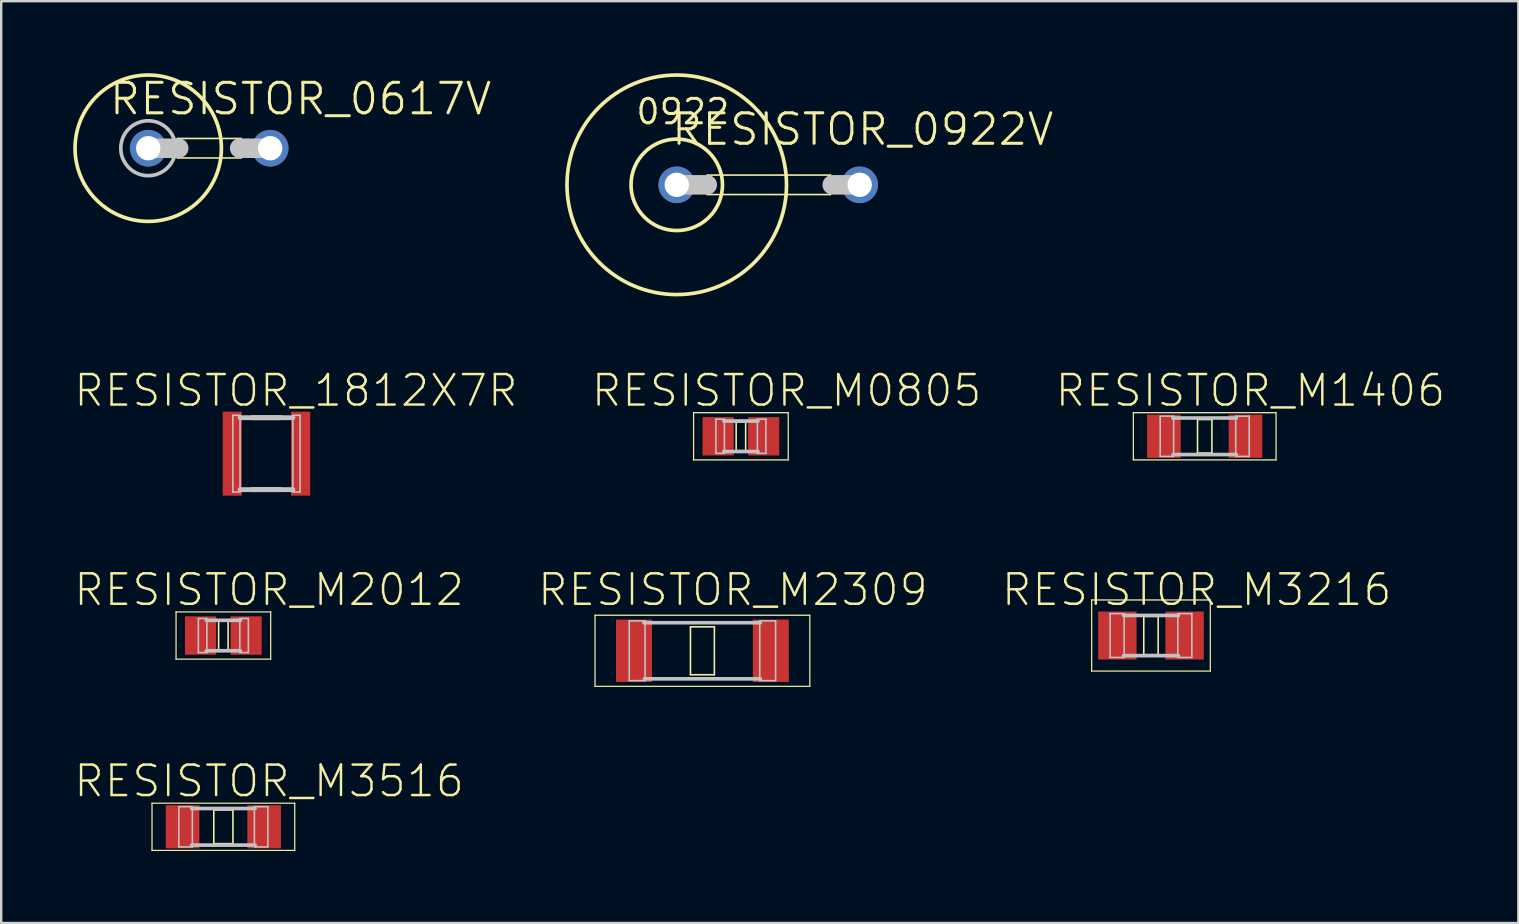
<source format=kicad_pcb>
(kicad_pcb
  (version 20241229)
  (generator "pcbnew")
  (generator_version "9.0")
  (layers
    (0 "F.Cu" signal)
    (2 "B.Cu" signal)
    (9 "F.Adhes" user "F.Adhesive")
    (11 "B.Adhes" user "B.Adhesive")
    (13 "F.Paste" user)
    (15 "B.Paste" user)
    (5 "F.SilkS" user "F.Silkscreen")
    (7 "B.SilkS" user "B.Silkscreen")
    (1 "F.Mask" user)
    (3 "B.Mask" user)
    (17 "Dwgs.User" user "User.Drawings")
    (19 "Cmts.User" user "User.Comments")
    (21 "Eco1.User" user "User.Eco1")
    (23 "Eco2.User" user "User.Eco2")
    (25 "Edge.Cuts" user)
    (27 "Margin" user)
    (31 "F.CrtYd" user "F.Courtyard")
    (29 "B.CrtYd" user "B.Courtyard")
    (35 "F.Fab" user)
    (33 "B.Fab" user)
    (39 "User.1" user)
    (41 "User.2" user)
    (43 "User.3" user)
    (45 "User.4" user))
  (footprint "RESISTOR_M3216"
    (layer "F.Cu")
    (at 44.892 23.422)
    (property "Reference" "RESISTOR_M3216" (at 1.905 -1.905 0) (layer "F.SilkS") (effects (font (size 1.27 1.27) (thickness 0.102))))
    (attr smd)
    (fp_line (start -2.471 -1.481) (end 2.471 -1.481) (stroke (width 0.051) (type solid)) (layer "F.SilkS"))
    (fp_line (start -2.471 1.481) (end -2.471 -1.481) (stroke (width 0.051) (type solid)) (layer "F.SilkS"))
    (fp_line (start -0.3 -0.8) (end 0.3 -0.8) (stroke (width 0.066) (type solid)) (layer "F.SilkS"))
    (fp_line (start -0.3 0.8) (end -0.3 -0.8) (stroke (width 0.066) (type solid)) (layer "F.SilkS"))
    (fp_line (start -0.3 0.8) (end 0.3 0.8) (stroke (width 0.066) (type solid)) (layer "F.SilkS"))
    (fp_line (start 0.3 0.8) (end 0.3 -0.8) (stroke (width 0.066) (type solid)) (layer "F.SilkS"))
    (fp_line (start 2.471 -1.481) (end 2.471 1.481) (stroke (width 0.051) (type solid)) (layer "F.SilkS"))
    (fp_line (start 2.471 1.481) (end -2.471 1.481) (stroke (width 0.051) (type solid)) (layer "F.SilkS"))
    (fp_line (start -1.702 -0.914) (end -1.118 -0.914) (stroke (width 0.066) (type solid)) (layer "Dwgs.User"))
    (fp_line (start -1.702 0.914) (end -1.702 -0.914) (stroke (width 0.066) (type solid)) (layer "Dwgs.User"))
    (fp_line (start -1.702 0.914) (end -1.118 0.914) (stroke (width 0.066) (type solid)) (layer "Dwgs.User"))
    (fp_line (start -1.118 0.914) (end -1.118 -0.914) (stroke (width 0.066) (type solid)) (layer "Dwgs.User"))
    (fp_line (start 1.118 -0.914) (end 1.702 -0.914) (stroke (width 0.066) (type solid)) (layer "Dwgs.User"))
    (fp_line (start 1.118 0.914) (end 1.118 -0.914) (stroke (width 0.066) (type solid)) (layer "Dwgs.User"))
    (fp_line (start 1.118 0.914) (end 1.702 0.914) (stroke (width 0.066) (type solid)) (layer "Dwgs.User"))
    (fp_line (start 1.143 -0.838) (end -1.143 -0.838) (stroke (width 0.152) (type solid)) (layer "Dwgs.User"))
    (fp_line (start 1.143 0.838) (end -1.143 0.838) (stroke (width 0.152) (type solid)) (layer "Dwgs.User"))
    (fp_line (start 1.702 0.914) (end 1.702 -0.914) (stroke (width 0.066) (type solid)) (layer "Dwgs.User"))
    (pad "1" smd rect (at -1.4 0) (size 1.598 1.999) (layers "F.Cu" "F.Mask" "F.Paste"))
    (pad "2" smd rect (at 1.4 0) (size 1.598 1.999) (layers "F.Cu" "F.Mask" "F.Paste")))
  (footprint "RESISTOR_M2012"
    (layer "F.Cu")
    (at 6.254 23.422)
    (property "Reference" "RESISTOR_M2012" (at 1.905 -1.905 0) (layer "F.SilkS") (effects (font (size 1.27 1.27) (thickness 0.102))))
    (attr smd)
    (fp_line (start -1.971 -0.983) (end 1.971 -0.983) (stroke (width 0.051) (type solid)) (layer "F.SilkS"))
    (fp_line (start -1.971 0.983) (end -1.971 -0.983) (stroke (width 0.051) (type solid)) (layer "F.SilkS"))
    (fp_line (start -0.198 -0.599) (end 0.198 -0.599) (stroke (width 0.066) (type solid)) (layer "F.SilkS"))
    (fp_line (start -0.198 0.599) (end -0.198 -0.599) (stroke (width 0.066) (type solid)) (layer "F.SilkS"))
    (fp_line (start -0.198 0.599) (end 0.198 0.599) (stroke (width 0.066) (type solid)) (layer "F.SilkS"))
    (fp_line (start 0.198 0.599) (end 0.198 -0.599) (stroke (width 0.066) (type solid)) (layer "F.SilkS"))
    (fp_line (start 1.971 -0.983) (end 1.971 0.983) (stroke (width 0.051) (type solid)) (layer "F.SilkS"))
    (fp_line (start 1.971 0.983) (end -1.971 0.983) (stroke (width 0.051) (type solid)) (layer "F.SilkS"))
    (fp_line (start -1.041 -0.711) (end -0.686 -0.711) (stroke (width 0.066) (type solid)) (layer "Dwgs.User"))
    (fp_line (start -1.041 0.711) (end -1.041 -0.711) (stroke (width 0.066) (type solid)) (layer "Dwgs.User"))
    (fp_line (start -1.041 0.711) (end -0.686 0.711) (stroke (width 0.066) (type solid)) (layer "Dwgs.User"))
    (fp_line (start -0.686 0.711) (end -0.686 -0.711) (stroke (width 0.066) (type solid)) (layer "Dwgs.User"))
    (fp_line (start 0.686 -0.711) (end 1.041 -0.711) (stroke (width 0.066) (type solid)) (layer "Dwgs.User"))
    (fp_line (start 0.686 0.711) (end 0.686 -0.711) (stroke (width 0.066) (type solid)) (layer "Dwgs.User"))
    (fp_line (start 0.686 0.711) (end 1.041 0.711) (stroke (width 0.066) (type solid)) (layer "Dwgs.User"))
    (fp_line (start 0.711 -0.635) (end -0.711 -0.635) (stroke (width 0.152) (type solid)) (layer "Dwgs.User"))
    (fp_line (start 0.711 0.635) (end -0.711 0.635) (stroke (width 0.152) (type solid)) (layer "Dwgs.User"))
    (fp_line (start 1.041 0.711) (end 1.041 -0.711) (stroke (width 0.066) (type solid)) (layer "Dwgs.User"))
    (pad "1" smd rect (at -0.95 0) (size 1.298 1.598) (layers "F.Cu" "F.Mask" "F.Paste"))
    (pad "2" smd rect (at 0.947 0) (size 1.298 1.598) (layers "F.Cu" "F.Mask" "F.Paste")))
  (footprint "RESISTOR_0617V"
    (layer "F.Cu")
    (at 5.664 3.124)
    (property "Reference" "RESISTOR_0617V" (at 3.81 -2.057 0) (layer "F.SilkS") (effects (font (size 1.27 1.27) (thickness 0.127))))
    (attr exclude_from_pos_files exclude_from_bom)
    (fp_line (start -1.321 -0.406) (end 1.321 -0.406) (stroke (width 0.066) (type solid)) (layer "F.SilkS"))
    (fp_line (start -1.321 0.406) (end -1.321 -0.406) (stroke (width 0.066) (type solid)) (layer "F.SilkS"))
    (fp_line (start -1.321 0.406) (end 1.321 0.406) (stroke (width 0.066) (type solid)) (layer "F.SilkS"))
    (fp_line (start 1.321 0.406) (end 1.321 -0.406) (stroke (width 0.066) (type solid)) (layer "F.SilkS"))
    (fp_circle (center -2.54 0) (end -2.54 -3.048) (stroke (width 0.152) (type solid)) (fill no) (layer "F.SilkS"))
    (fp_line (start -2.54 0) (end -1.27 0) (stroke (width 0.813) (type solid)) (layer "Dwgs.User"))
    (fp_line (start 1.27 0) (end 2.54 0) (stroke (width 0.813) (type solid)) (layer "Dwgs.User"))
    (fp_circle (center -2.54 0) (end -2.54 -1.143) (stroke (width 0.152) (type solid)) (fill no) (layer "Dwgs.User"))
    (pad "1" thru_hole circle (at -2.54 0) (size 1.524 1.524) (drill 1.016) (layers "*.Cu" "*.Paste" "*.Mask"))
    (pad "2" thru_hole circle (at 2.54 0) (size 1.524 1.524) (drill 1.016) (layers "*.Cu" "*.Paste" "*.Mask")))
  (footprint "RESISTOR_0922V"
    (layer "F.Cu")
    (at 30.219 4.648)
    (property "Reference" "RESISTOR_0922V" (at 2.667 -2.311 0) (layer "F.SilkS") (effects (font (size 1.27 1.27) (thickness 0.127))))
    (attr exclude_from_pos_files exclude_from_bom)
    (fp_line (start -3.81 -0.406) (end 1.321 -0.406) (stroke (width 0.066) (type solid)) (layer "F.SilkS"))
    (fp_line (start -3.81 0.406) (end -3.81 -0.406) (stroke (width 0.066) (type solid)) (layer "F.SilkS"))
    (fp_line (start -3.81 0.406) (end 1.321 0.406) (stroke (width 0.066) (type solid)) (layer "F.SilkS"))
    (fp_line (start 1.321 0.406) (end 1.321 -0.406) (stroke (width 0.066) (type solid)) (layer "F.SilkS"))
    (fp_circle (center -5.08 0) (end -5.08 -4.572) (stroke (width 0.152) (type solid)) (fill no) (layer "F.SilkS"))
    (fp_circle (center -5.08 0) (end -5.08 -1.905) (stroke (width 0.152) (type solid)) (fill no) (layer "F.SilkS"))
    (fp_line (start -5.08 0) (end -3.81 0) (stroke (width 0.813) (type solid)) (layer "Dwgs.User"))
    (fp_line (start 2.54 0) (end 1.397 0) (stroke (width 0.813) (type solid)) (layer "Dwgs.User"))
    (fp_text user "0922" (at -4.826 -3.048 0) (layer "F.SilkS") (effects (font (size 1.016 1.016) (thickness 0.127))))
    (pad "1" thru_hole circle (at -5.08 0) (size 1.524 1.524) (drill 1.016) (layers "*.Cu" "*.Paste" "*.Mask"))
    (pad "2" thru_hole circle (at 2.54 0) (size 1.524 1.524) (drill 1.016) (layers "*.Cu" "*.Paste" "*.Mask")))
  (footprint "RESISTOR_M2309"
    (layer "F.Cu")
    (at 26.208 24.057)
    (property "Reference" "RESISTOR_M2309" (at 1.27 -2.54 0) (layer "F.SilkS") (effects (font (size 1.27 1.27) (thickness 0.102))))
    (attr smd)
    (fp_line (start -4.473 -1.481) (end 4.473 -1.481) (stroke (width 0.051) (type solid)) (layer "F.SilkS"))
    (fp_line (start -4.473 1.481) (end -4.473 -1.481) (stroke (width 0.051) (type solid)) (layer "F.SilkS"))
    (fp_line (start -0.498 -0.998) (end 0.498 -0.998) (stroke (width 0.066) (type solid)) (layer "F.SilkS"))
    (fp_line (start -0.498 0.998) (end -0.498 -0.998) (stroke (width 0.066) (type solid)) (layer "F.SilkS"))
    (fp_line (start -0.498 0.998) (end 0.498 0.998) (stroke (width 0.066) (type solid)) (layer "F.SilkS"))
    (fp_line (start 0.498 0.998) (end 0.498 -0.998) (stroke (width 0.066) (type solid)) (layer "F.SilkS"))
    (fp_line (start 4.473 -1.481) (end 4.473 1.481) (stroke (width 0.051) (type solid)) (layer "F.SilkS"))
    (fp_line (start 4.473 1.481) (end -4.473 1.481) (stroke (width 0.051) (type solid)) (layer "F.SilkS"))
    (fp_line (start -3.048 -1.245) (end -2.388 -1.245) (stroke (width 0.066) (type solid)) (layer "Dwgs.User"))
    (fp_line (start -3.048 1.245) (end -3.048 -1.245) (stroke (width 0.066) (type solid)) (layer "Dwgs.User"))
    (fp_line (start -3.048 1.245) (end -2.388 1.245) (stroke (width 0.066) (type solid)) (layer "Dwgs.User"))
    (fp_line (start -2.388 1.245) (end -2.388 -1.245) (stroke (width 0.066) (type solid)) (layer "Dwgs.User"))
    (fp_line (start 2.388 -1.245) (end 3.048 -1.245) (stroke (width 0.066) (type solid)) (layer "Dwgs.User"))
    (fp_line (start 2.388 1.245) (end 2.388 -1.245) (stroke (width 0.066) (type solid)) (layer "Dwgs.User"))
    (fp_line (start 2.388 1.245) (end 3.048 1.245) (stroke (width 0.066) (type solid)) (layer "Dwgs.User"))
    (fp_line (start 2.413 -1.168) (end -2.438 -1.168) (stroke (width 0.152) (type solid)) (layer "Dwgs.User"))
    (fp_line (start 2.413 1.168) (end -2.413 1.168) (stroke (width 0.152) (type solid)) (layer "Dwgs.User"))
    (fp_line (start 3.048 1.245) (end 3.048 -1.245) (stroke (width 0.066) (type solid)) (layer "Dwgs.User"))
    (pad "1" smd rect (at -2.85 0) (size 1.499 2.598) (layers "F.Cu" "F.Mask" "F.Paste"))
    (pad "2" smd rect (at 2.85 0) (size 1.499 2.598) (layers "F.Cu" "F.Mask" "F.Paste")))
  (footprint "RESISTOR_M3516"
    (layer "F.Cu")
    (at 6.254 31.389)
    (property "Reference" "RESISTOR_M3516" (at 1.905 -1.905 0) (layer "F.SilkS") (effects (font (size 1.27 1.27) (thickness 0.102))))
    (attr smd)
    (fp_line (start -2.972 -0.983) (end 2.972 -0.983) (stroke (width 0.051) (type solid)) (layer "F.SilkS"))
    (fp_line (start -2.972 0.983) (end -2.972 -0.983) (stroke (width 0.051) (type solid)) (layer "F.SilkS"))
    (fp_line (start -0.399 -0.699) (end 0.399 -0.699) (stroke (width 0.066) (type solid)) (layer "F.SilkS"))
    (fp_line (start -0.399 0.699) (end -0.399 -0.699) (stroke (width 0.066) (type solid)) (layer "F.SilkS"))
    (fp_line (start -0.399 0.699) (end 0.399 0.699) (stroke (width 0.066) (type solid)) (layer "F.SilkS"))
    (fp_line (start 0.399 0.699) (end 0.399 -0.699) (stroke (width 0.066) (type solid)) (layer "F.SilkS"))
    (fp_line (start 2.972 -0.983) (end 2.972 0.983) (stroke (width 0.051) (type solid)) (layer "F.SilkS"))
    (fp_line (start 2.972 0.983) (end -2.972 0.983) (stroke (width 0.051) (type solid)) (layer "F.SilkS"))
    (fp_line (start -1.854 -0.838) (end -1.293 -0.838) (stroke (width 0.066) (type solid)) (layer "Dwgs.User"))
    (fp_line (start -1.854 0.838) (end -1.854 -0.838) (stroke (width 0.066) (type solid)) (layer "Dwgs.User"))
    (fp_line (start -1.854 0.838) (end -1.293 0.838) (stroke (width 0.066) (type solid)) (layer "Dwgs.User"))
    (fp_line (start -1.293 0.838) (end -1.293 -0.838) (stroke (width 0.066) (type solid)) (layer "Dwgs.User"))
    (fp_line (start 1.293 -0.838) (end 1.854 -0.838) (stroke (width 0.066) (type solid)) (layer "Dwgs.User"))
    (fp_line (start 1.293 0.838) (end 1.293 -0.838) (stroke (width 0.066) (type solid)) (layer "Dwgs.User"))
    (fp_line (start 1.293 0.838) (end 1.854 0.838) (stroke (width 0.066) (type solid)) (layer "Dwgs.User"))
    (fp_line (start 1.321 -0.762) (end -1.321 -0.762) (stroke (width 0.152) (type solid)) (layer "Dwgs.User"))
    (fp_line (start 1.321 0.762) (end -1.321 0.762) (stroke (width 0.152) (type solid)) (layer "Dwgs.User"))
    (fp_line (start 1.854 0.838) (end 1.854 -0.838) (stroke (width 0.066) (type solid)) (layer "Dwgs.User"))
    (pad "1" smd rect (at -1.699 0) (size 1.4 1.798) (layers "F.Cu" "F.Mask" "F.Paste"))
    (pad "2" smd rect (at 1.699 0) (size 1.4 1.798) (layers "F.Cu" "F.Mask" "F.Paste")))
  (footprint "RESISTOR_M1406"
    (layer "F.Cu")
    (at 47.13 15.123)
    (property "Reference" "RESISTOR_M1406" (at 1.905 -1.905 0) (layer "F.SilkS") (effects (font (size 1.27 1.27) (thickness 0.102))))
    (attr smd)
    (fp_line (start -2.972 -0.983) (end 2.972 -0.983) (stroke (width 0.051) (type solid)) (layer "F.SilkS"))
    (fp_line (start -2.972 0.983) (end -2.972 -0.983) (stroke (width 0.051) (type solid)) (layer "F.SilkS"))
    (fp_line (start -0.3 -0.699) (end 0.3 -0.699) (stroke (width 0.066) (type solid)) (layer "F.SilkS"))
    (fp_line (start -0.3 0.699) (end -0.3 -0.699) (stroke (width 0.066) (type solid)) (layer "F.SilkS"))
    (fp_line (start -0.3 0.699) (end 0.3 0.699) (stroke (width 0.066) (type solid)) (layer "F.SilkS"))
    (fp_line (start 0.3 0.699) (end 0.3 -0.699) (stroke (width 0.066) (type solid)) (layer "F.SilkS"))
    (fp_line (start 2.972 -0.983) (end 2.972 0.983) (stroke (width 0.051) (type solid)) (layer "F.SilkS"))
    (fp_line (start 2.972 0.983) (end -2.972 0.983) (stroke (width 0.051) (type solid)) (layer "F.SilkS"))
    (fp_line (start -1.854 -0.838) (end -1.293 -0.838) (stroke (width 0.066) (type solid)) (layer "Dwgs.User"))
    (fp_line (start -1.854 0.838) (end -1.854 -0.838) (stroke (width 0.066) (type solid)) (layer "Dwgs.User"))
    (fp_line (start -1.854 0.838) (end -1.293 0.838) (stroke (width 0.066) (type solid)) (layer "Dwgs.User"))
    (fp_line (start -1.293 0.838) (end -1.293 -0.838) (stroke (width 0.066) (type solid)) (layer "Dwgs.User"))
    (fp_line (start 1.293 -0.838) (end 1.854 -0.838) (stroke (width 0.066) (type solid)) (layer "Dwgs.User"))
    (fp_line (start 1.293 0.838) (end 1.293 -0.838) (stroke (width 0.066) (type solid)) (layer "Dwgs.User"))
    (fp_line (start 1.293 0.838) (end 1.854 0.838) (stroke (width 0.066) (type solid)) (layer "Dwgs.User"))
    (fp_line (start 1.321 -0.762) (end -1.321 -0.762) (stroke (width 0.152) (type solid)) (layer "Dwgs.User"))
    (fp_line (start 1.321 0.762) (end -1.321 0.762) (stroke (width 0.152) (type solid)) (layer "Dwgs.User"))
    (fp_line (start 1.854 0.838) (end 1.854 -0.838) (stroke (width 0.066) (type solid)) (layer "Dwgs.User"))
    (pad "1" smd rect (at -1.699 0) (size 1.4 1.798) (layers "F.Cu" "F.Mask" "F.Paste"))
    (pad "2" smd rect (at 1.699 0) (size 1.4 1.798) (layers "F.Cu" "F.Mask" "F.Paste")))
  (footprint "RESISTOR_1812X7R"
    (layer "F.Cu")
    (at 8.049 15.847)
    (property "Reference" "RESISTOR_1812X7R" (at 1.229 -2.629 0) (layer "F.SilkS") (effects (font (size 1.27 1.27) (thickness 0.102))))
    (attr smd)
    (fp_line (start -0.599 -1.499) (end 0.599 -1.499) (stroke (width 0.203) (type solid)) (layer "F.SilkS"))
    (fp_line (start 0.599 1.499) (end -0.599 1.499) (stroke (width 0.203) (type solid)) (layer "F.SilkS"))
    (fp_line (start -1.4 -1.598) (end -1.1 -1.598) (stroke (width 0.066) (type solid)) (layer "Dwgs.User"))
    (fp_line (start -1.4 1.598) (end -1.4 -1.598) (stroke (width 0.066) (type solid)) (layer "Dwgs.User"))
    (fp_line (start -1.4 1.598) (end -1.1 1.598) (stroke (width 0.066) (type solid)) (layer "Dwgs.User"))
    (fp_line (start -1.1 -1.499) (end 1.1 -1.499) (stroke (width 0.203) (type solid)) (layer "Dwgs.User"))
    (fp_line (start -1.1 1.598) (end -1.1 -1.598) (stroke (width 0.066) (type solid)) (layer "Dwgs.User"))
    (fp_line (start 1.1 -1.598) (end 1.4 -1.598) (stroke (width 0.066) (type solid)) (layer "Dwgs.User"))
    (fp_line (start 1.1 1.499) (end -1.1 1.499) (stroke (width 0.203) (type solid)) (layer "Dwgs.User"))
    (fp_line (start 1.1 1.598) (end 1.1 -1.598) (stroke (width 0.066) (type solid)) (layer "Dwgs.User"))
    (fp_line (start 1.1 1.598) (end 1.4 1.598) (stroke (width 0.066) (type solid)) (layer "Dwgs.User"))
    (fp_line (start 1.4 1.598) (end 1.4 -1.598) (stroke (width 0.066) (type solid)) (layer "Dwgs.User"))
    (pad "1" smd rect (at -1.425 0) (size 0.798 3.498) (layers "F.Cu" "F.Mask" "F.Paste"))
    (pad "2" smd rect (at 1.422 0 180) (size 0.798 3.498) (layers "F.Cu" "F.Mask" "F.Paste")))
  (footprint "RESISTOR_M0805"
    (layer "F.Cu")
    (at 27.811 15.123)
    (property "Reference" "RESISTOR_M0805" (at 1.905 -1.905 0) (layer "F.SilkS") (effects (font (size 1.27 1.27) (thickness 0.102))))
    (attr smd)
    (fp_line (start -1.971 -0.983) (end 1.971 -0.983) (stroke (width 0.051) (type solid)) (layer "F.SilkS"))
    (fp_line (start -1.971 0.983) (end -1.971 -0.983) (stroke (width 0.051) (type solid)) (layer "F.SilkS"))
    (fp_line (start -0.198 -0.599) (end 0.198 -0.599) (stroke (width 0.066) (type solid)) (layer "F.SilkS"))
    (fp_line (start -0.198 0.599) (end -0.198 -0.599) (stroke (width 0.066) (type solid)) (layer "F.SilkS"))
    (fp_line (start -0.198 0.599) (end 0.198 0.599) (stroke (width 0.066) (type solid)) (layer "F.SilkS"))
    (fp_line (start 0.198 0.599) (end 0.198 -0.599) (stroke (width 0.066) (type solid)) (layer "F.SilkS"))
    (fp_line (start 1.971 -0.983) (end 1.971 0.983) (stroke (width 0.051) (type solid)) (layer "F.SilkS"))
    (fp_line (start 1.971 0.983) (end -1.971 0.983) (stroke (width 0.051) (type solid)) (layer "F.SilkS"))
    (fp_line (start -1.041 -0.711) (end -0.686 -0.711) (stroke (width 0.066) (type solid)) (layer "Dwgs.User"))
    (fp_line (start -1.041 0.711) (end -1.041 -0.711) (stroke (width 0.066) (type solid)) (layer "Dwgs.User"))
    (fp_line (start -1.041 0.711) (end -0.686 0.711) (stroke (width 0.066) (type solid)) (layer "Dwgs.User"))
    (fp_line (start -0.686 0.711) (end -0.686 -0.711) (stroke (width 0.066) (type solid)) (layer "Dwgs.User"))
    (fp_line (start 0.686 -0.711) (end 1.041 -0.711) (stroke (width 0.066) (type solid)) (layer "Dwgs.User"))
    (fp_line (start 0.686 0.711) (end 0.686 -0.711) (stroke (width 0.066) (type solid)) (layer "Dwgs.User"))
    (fp_line (start 0.686 0.711) (end 1.041 0.711) (stroke (width 0.066) (type solid)) (layer "Dwgs.User"))
    (fp_line (start 0.711 -0.635) (end -0.711 -0.635) (stroke (width 0.152) (type solid)) (layer "Dwgs.User"))
    (fp_line (start 0.711 0.635) (end -0.711 0.635) (stroke (width 0.152) (type solid)) (layer "Dwgs.User"))
    (fp_line (start 1.041 0.711) (end 1.041 -0.711) (stroke (width 0.066) (type solid)) (layer "Dwgs.User"))
    (pad "1" smd rect (at -0.95 0) (size 1.298 1.598) (layers "F.Cu" "F.Mask" "F.Paste"))
    (pad "2" smd rect (at 0.947 0) (size 1.298 1.598) (layers "F.Cu" "F.Mask" "F.Paste")))
  (gr_rect
    (start -3 -3)
    (end 60.194 35.397)
    (stroke (width 0.1) (type default))
    (fill no)
    (layer "Edge.Cuts")))
</source>
